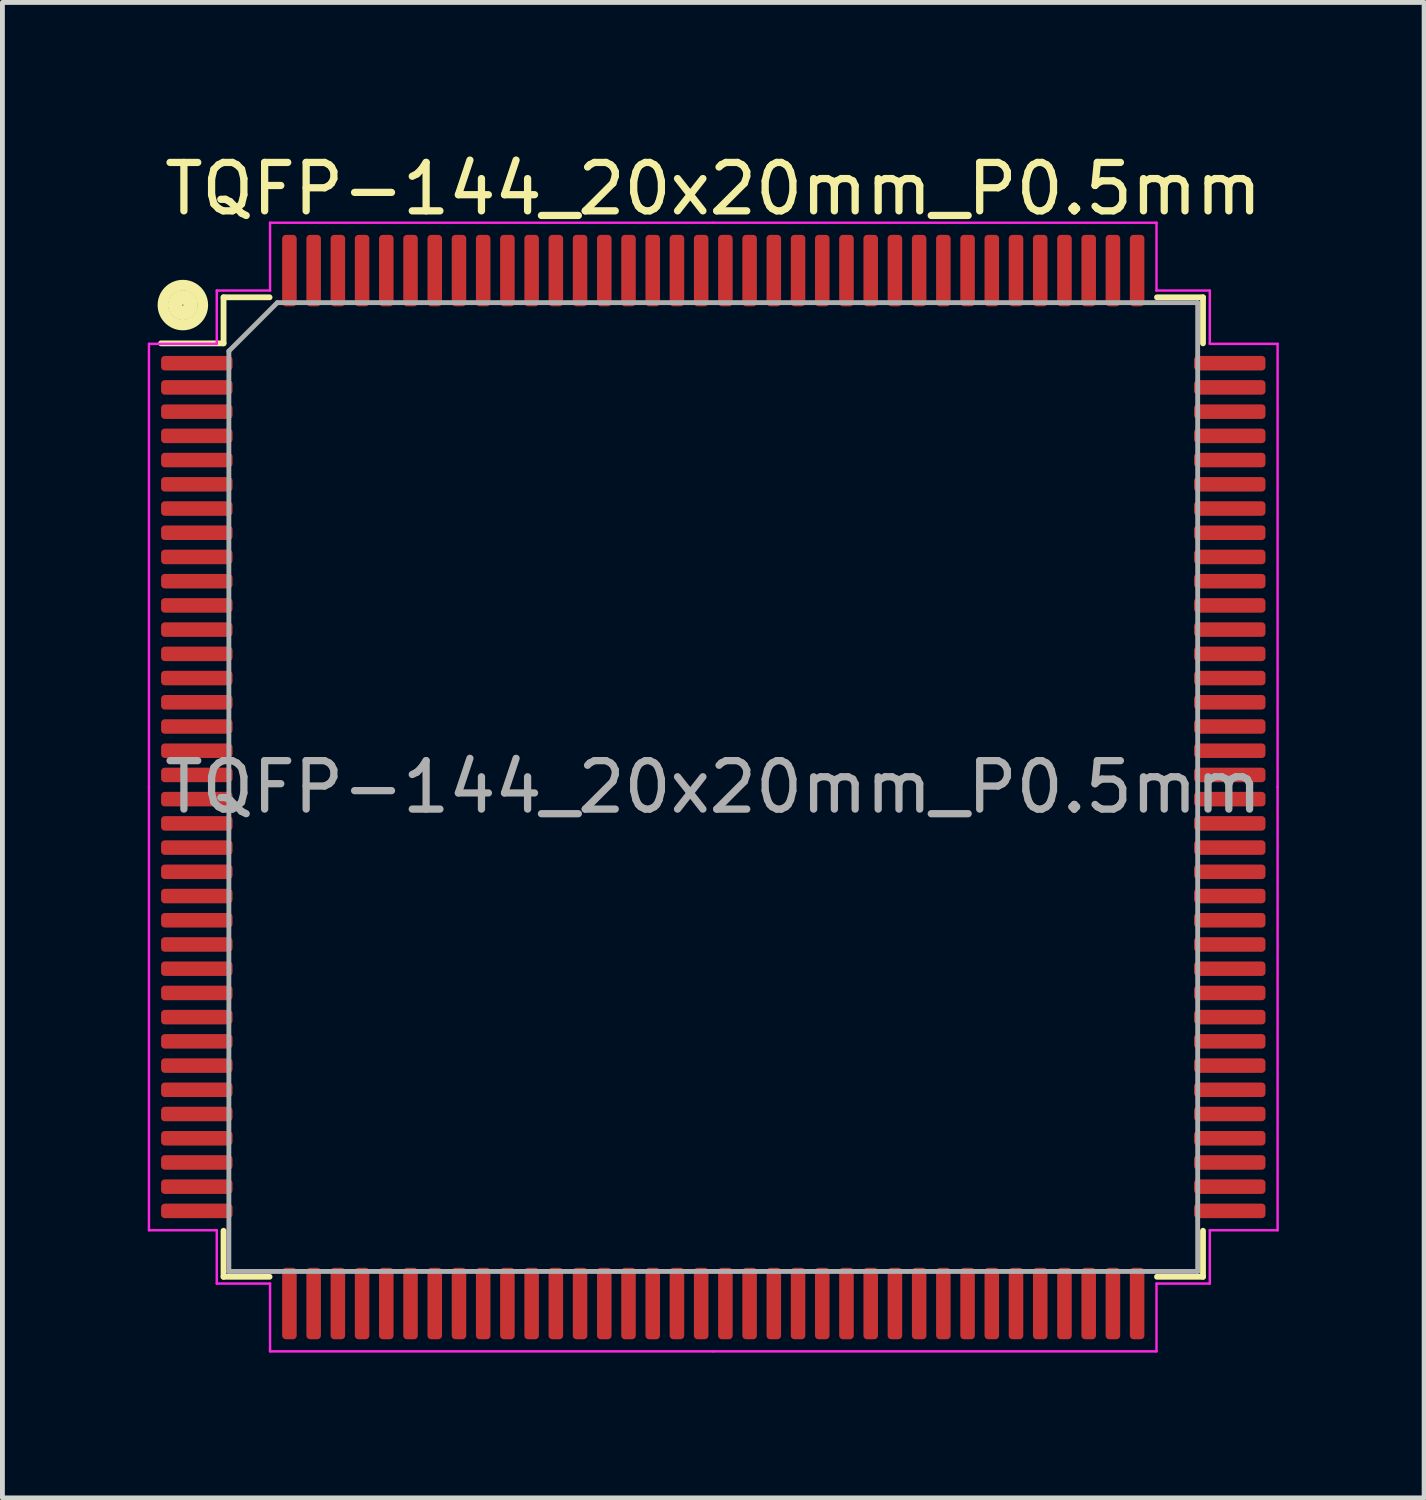
<source format=kicad_pcb>
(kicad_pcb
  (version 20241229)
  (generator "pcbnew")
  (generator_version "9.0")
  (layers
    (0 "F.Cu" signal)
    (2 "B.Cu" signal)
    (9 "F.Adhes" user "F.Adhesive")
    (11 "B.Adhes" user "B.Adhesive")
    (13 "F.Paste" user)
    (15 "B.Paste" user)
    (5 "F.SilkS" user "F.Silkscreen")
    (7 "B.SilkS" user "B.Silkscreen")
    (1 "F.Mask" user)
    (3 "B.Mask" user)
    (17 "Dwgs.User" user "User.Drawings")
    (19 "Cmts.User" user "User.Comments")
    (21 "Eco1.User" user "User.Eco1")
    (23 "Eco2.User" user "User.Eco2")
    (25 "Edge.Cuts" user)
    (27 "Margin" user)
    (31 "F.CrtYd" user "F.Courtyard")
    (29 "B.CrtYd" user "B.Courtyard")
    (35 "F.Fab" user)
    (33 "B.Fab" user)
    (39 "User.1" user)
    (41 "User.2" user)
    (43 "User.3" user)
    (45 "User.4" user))
  (footprint "TQFP-144_20x20mm_P0.5mm"
    (layer "F.Cu")
    (at 11.675 13.198)
    (property "Reference" "TQFP-144_20x20mm_P0.5mm" (at 0 -12.35 0) (layer "F.SilkS") (effects (font (size 1 1) (thickness 0.15))))
    (attr smd)
    (fp_line (start -10.11 -10.11) (end -10.11 -9.16) (stroke (width 0.12) (type solid)) (layer "F.SilkS"))
    (fp_line (start -10.11 -9.16) (end -11.4 -9.16) (stroke (width 0.12) (type solid)) (layer "F.SilkS"))
    (fp_line (start -10.11 10.11) (end -10.11 9.16) (stroke (width 0.12) (type solid)) (layer "F.SilkS"))
    (fp_line (start -9.16 -10.11) (end -10.11 -10.11) (stroke (width 0.12) (type solid)) (layer "F.SilkS"))
    (fp_line (start -9.16 10.11) (end -10.11 10.11) (stroke (width 0.12) (type solid)) (layer "F.SilkS"))
    (fp_line (start 9.16 -10.11) (end 10.11 -10.11) (stroke (width 0.12) (type solid)) (layer "F.SilkS"))
    (fp_line (start 9.16 10.11) (end 10.11 10.11) (stroke (width 0.12) (type solid)) (layer "F.SilkS"))
    (fp_line (start 10.11 -10.11) (end 10.11 -9.16) (stroke (width 0.12) (type solid)) (layer "F.SilkS"))
    (fp_line (start 10.11 10.11) (end 10.11 9.16) (stroke (width 0.12) (type solid)) (layer "F.SilkS"))
    (fp_circle (center -10.95 -9.95) (end -10.95 -10) (stroke (width 0.12) (type solid)) (fill no) (layer "F.SilkS"))
    (fp_circle (center -10.95 -9.95) (end -10.9 -10) (stroke (width 0.12) (type solid)) (fill no) (layer "F.SilkS"))
    (fp_circle (center -10.95 -9.95) (end -10.85 -10.1) (stroke (width 0.12) (type solid)) (fill no) (layer "F.SilkS"))
    (fp_circle (center -10.95 -9.95) (end -10.8 -10.15) (stroke (width 0.12) (type solid)) (fill no) (layer "F.SilkS"))
    (fp_circle (center -10.95 -9.95) (end -10.75 -10.25) (stroke (width 0.12) (type solid)) (fill no) (layer "F.SilkS"))
    (fp_circle (center -10.95 -9.95) (end -10.65 -10.3) (stroke (width 0.12) (type solid)) (fill no) (layer "F.SilkS"))
    (fp_line (start -11.65 -9.15) (end -11.65 0) (stroke (width 0.05) (type solid)) (layer "F.CrtYd"))
    (fp_line (start -11.65 9.15) (end -11.65 0) (stroke (width 0.05) (type solid)) (layer "F.CrtYd"))
    (fp_line (start -10.25 -10.25) (end -10.25 -9.15) (stroke (width 0.05) (type solid)) (layer "F.CrtYd"))
    (fp_line (start -10.25 -9.15) (end -11.65 -9.15) (stroke (width 0.05) (type solid)) (layer "F.CrtYd"))
    (fp_line (start -10.25 9.15) (end -11.65 9.15) (stroke (width 0.05) (type solid)) (layer "F.CrtYd"))
    (fp_line (start -10.25 10.25) (end -10.25 9.15) (stroke (width 0.05) (type solid)) (layer "F.CrtYd"))
    (fp_line (start -9.15 -11.65) (end -9.15 -10.25) (stroke (width 0.05) (type solid)) (layer "F.CrtYd"))
    (fp_line (start -9.15 -10.25) (end -10.25 -10.25) (stroke (width 0.05) (type solid)) (layer "F.CrtYd"))
    (fp_line (start -9.15 10.25) (end -10.25 10.25) (stroke (width 0.05) (type solid)) (layer "F.CrtYd"))
    (fp_line (start -9.15 11.65) (end -9.15 10.25) (stroke (width 0.05) (type solid)) (layer "F.CrtYd"))
    (fp_line (start 0 -11.65) (end -9.15 -11.65) (stroke (width 0.05) (type solid)) (layer "F.CrtYd"))
    (fp_line (start 0 -11.65) (end 9.15 -11.65) (stroke (width 0.05) (type solid)) (layer "F.CrtYd"))
    (fp_line (start 0 11.65) (end -9.15 11.65) (stroke (width 0.05) (type solid)) (layer "F.CrtYd"))
    (fp_line (start 0 11.65) (end 9.15 11.65) (stroke (width 0.05) (type solid)) (layer "F.CrtYd"))
    (fp_line (start 9.15 -11.65) (end 9.15 -10.25) (stroke (width 0.05) (type solid)) (layer "F.CrtYd"))
    (fp_line (start 9.15 -10.25) (end 10.25 -10.25) (stroke (width 0.05) (type solid)) (layer "F.CrtYd"))
    (fp_line (start 9.15 10.25) (end 10.25 10.25) (stroke (width 0.05) (type solid)) (layer "F.CrtYd"))
    (fp_line (start 9.15 11.65) (end 9.15 10.25) (stroke (width 0.05) (type solid)) (layer "F.CrtYd"))
    (fp_line (start 10.25 -10.25) (end 10.25 -9.15) (stroke (width 0.05) (type solid)) (layer "F.CrtYd"))
    (fp_line (start 10.25 -9.15) (end 11.65 -9.15) (stroke (width 0.05) (type solid)) (layer "F.CrtYd"))
    (fp_line (start 10.25 9.15) (end 11.65 9.15) (stroke (width 0.05) (type solid)) (layer "F.CrtYd"))
    (fp_line (start 10.25 10.25) (end 10.25 9.15) (stroke (width 0.05) (type solid)) (layer "F.CrtYd"))
    (fp_line (start 11.65 -9.15) (end 11.65 0) (stroke (width 0.05) (type solid)) (layer "F.CrtYd"))
    (fp_line (start 11.65 9.15) (end 11.65 0) (stroke (width 0.05) (type solid)) (layer "F.CrtYd"))
    (fp_line (start -10 -9) (end -9 -10) (stroke (width 0.1) (type solid)) (layer "F.Fab"))
    (fp_line (start -10 10) (end -10 -9) (stroke (width 0.1) (type solid)) (layer "F.Fab"))
    (fp_line (start -9 -10) (end 10 -10) (stroke (width 0.1) (type solid)) (layer "F.Fab"))
    (fp_line (start 10 -10) (end 10 10) (stroke (width 0.1) (type solid)) (layer "F.Fab"))
    (fp_line (start 10 10) (end -10 10) (stroke (width 0.1) (type solid)) (layer "F.Fab"))
    (fp_text user "${REFERENCE}" (at 0 0 0) (layer "F.Fab") (effects (font (size 1 1) (thickness 0.15))))
    (pad "1" smd roundrect (at -10.662 -8.75) (size 1.475 0.3) (layers "F.Cu" "F.Mask" "F.Paste") (roundrect_rratio 0.25))
    (pad "2" smd roundrect (at -10.662 -8.25) (size 1.475 0.3) (layers "F.Cu" "F.Mask" "F.Paste") (roundrect_rratio 0.25))
    (pad "3" smd roundrect (at -10.662 -7.75) (size 1.475 0.3) (layers "F.Cu" "F.Mask" "F.Paste") (roundrect_rratio 0.25))
    (pad "4" smd roundrect (at -10.662 -7.25) (size 1.475 0.3) (layers "F.Cu" "F.Mask" "F.Paste") (roundrect_rratio 0.25))
    (pad "5" smd roundrect (at -10.662 -6.75) (size 1.475 0.3) (layers "F.Cu" "F.Mask" "F.Paste") (roundrect_rratio 0.25))
    (pad "6" smd roundrect (at -10.662 -6.25) (size 1.475 0.3) (layers "F.Cu" "F.Mask" "F.Paste") (roundrect_rratio 0.25))
    (pad "7" smd roundrect (at -10.662 -5.75) (size 1.475 0.3) (layers "F.Cu" "F.Mask" "F.Paste") (roundrect_rratio 0.25))
    (pad "8" smd roundrect (at -10.662 -5.25) (size 1.475 0.3) (layers "F.Cu" "F.Mask" "F.Paste") (roundrect_rratio 0.25))
    (pad "9" smd roundrect (at -10.662 -4.75) (size 1.475 0.3) (layers "F.Cu" "F.Mask" "F.Paste") (roundrect_rratio 0.25))
    (pad "10" smd roundrect (at -10.662 -4.25) (size 1.475 0.3) (layers "F.Cu" "F.Mask" "F.Paste") (roundrect_rratio 0.25))
    (pad "11" smd roundrect (at -10.662 -3.75) (size 1.475 0.3) (layers "F.Cu" "F.Mask" "F.Paste") (roundrect_rratio 0.25))
    (pad "12" smd roundrect (at -10.662 -3.25) (size 1.475 0.3) (layers "F.Cu" "F.Mask" "F.Paste") (roundrect_rratio 0.25))
    (pad "13" smd roundrect (at -10.662 -2.75) (size 1.475 0.3) (layers "F.Cu" "F.Mask" "F.Paste") (roundrect_rratio 0.25))
    (pad "14" smd roundrect (at -10.662 -2.25) (size 1.475 0.3) (layers "F.Cu" "F.Mask" "F.Paste") (roundrect_rratio 0.25))
    (pad "15" smd roundrect (at -10.662 -1.75) (size 1.475 0.3) (layers "F.Cu" "F.Mask" "F.Paste") (roundrect_rratio 0.25))
    (pad "16" smd roundrect (at -10.662 -1.25) (size 1.475 0.3) (layers "F.Cu" "F.Mask" "F.Paste") (roundrect_rratio 0.25))
    (pad "17" smd roundrect (at -10.662 -0.75) (size 1.475 0.3) (layers "F.Cu" "F.Mask" "F.Paste") (roundrect_rratio 0.25))
    (pad "18" smd roundrect (at -10.662 -0.25) (size 1.475 0.3) (layers "F.Cu" "F.Mask" "F.Paste") (roundrect_rratio 0.25))
    (pad "19" smd roundrect (at -10.662 0.25) (size 1.475 0.3) (layers "F.Cu" "F.Mask" "F.Paste") (roundrect_rratio 0.25))
    (pad "20" smd roundrect (at -10.662 0.75) (size 1.475 0.3) (layers "F.Cu" "F.Mask" "F.Paste") (roundrect_rratio 0.25))
    (pad "21" smd roundrect (at -10.662 1.25) (size 1.475 0.3) (layers "F.Cu" "F.Mask" "F.Paste") (roundrect_rratio 0.25))
    (pad "22" smd roundrect (at -10.662 1.75) (size 1.475 0.3) (layers "F.Cu" "F.Mask" "F.Paste") (roundrect_rratio 0.25))
    (pad "23" smd roundrect (at -10.662 2.25) (size 1.475 0.3) (layers "F.Cu" "F.Mask" "F.Paste") (roundrect_rratio 0.25))
    (pad "24" smd roundrect (at -10.662 2.75) (size 1.475 0.3) (layers "F.Cu" "F.Mask" "F.Paste") (roundrect_rratio 0.25))
    (pad "25" smd roundrect (at -10.662 3.25) (size 1.475 0.3) (layers "F.Cu" "F.Mask" "F.Paste") (roundrect_rratio 0.25))
    (pad "26" smd roundrect (at -10.662 3.75) (size 1.475 0.3) (layers "F.Cu" "F.Mask" "F.Paste") (roundrect_rratio 0.25))
    (pad "27" smd roundrect (at -10.662 4.25) (size 1.475 0.3) (layers "F.Cu" "F.Mask" "F.Paste") (roundrect_rratio 0.25))
    (pad "28" smd roundrect (at -10.662 4.75) (size 1.475 0.3) (layers "F.Cu" "F.Mask" "F.Paste") (roundrect_rratio 0.25))
    (pad "29" smd roundrect (at -10.662 5.25) (size 1.475 0.3) (layers "F.Cu" "F.Mask" "F.Paste") (roundrect_rratio 0.25))
    (pad "30" smd roundrect (at -10.662 5.75) (size 1.475 0.3) (layers "F.Cu" "F.Mask" "F.Paste") (roundrect_rratio 0.25))
    (pad "31" smd roundrect (at -10.662 6.25) (size 1.475 0.3) (layers "F.Cu" "F.Mask" "F.Paste") (roundrect_rratio 0.25))
    (pad "32" smd roundrect (at -10.662 6.75) (size 1.475 0.3) (layers "F.Cu" "F.Mask" "F.Paste") (roundrect_rratio 0.25))
    (pad "33" smd roundrect (at -10.662 7.25) (size 1.475 0.3) (layers "F.Cu" "F.Mask" "F.Paste") (roundrect_rratio 0.25))
    (pad "34" smd roundrect (at -10.662 7.75) (size 1.475 0.3) (layers "F.Cu" "F.Mask" "F.Paste") (roundrect_rratio 0.25))
    (pad "35" smd roundrect (at -10.662 8.25) (size 1.475 0.3) (layers "F.Cu" "F.Mask" "F.Paste") (roundrect_rratio 0.25))
    (pad "36" smd roundrect (at -10.662 8.75) (size 1.475 0.3) (layers "F.Cu" "F.Mask" "F.Paste") (roundrect_rratio 0.25))
    (pad "37" smd roundrect (at -8.75 10.662) (size 0.3 1.475) (layers "F.Cu" "F.Mask" "F.Paste") (roundrect_rratio 0.25))
    (pad "38" smd roundrect (at -8.25 10.662) (size 0.3 1.475) (layers "F.Cu" "F.Mask" "F.Paste") (roundrect_rratio 0.25))
    (pad "39" smd roundrect (at -7.75 10.662) (size 0.3 1.475) (layers "F.Cu" "F.Mask" "F.Paste") (roundrect_rratio 0.25))
    (pad "40" smd roundrect (at -7.25 10.662) (size 0.3 1.475) (layers "F.Cu" "F.Mask" "F.Paste") (roundrect_rratio 0.25))
    (pad "41" smd roundrect (at -6.75 10.662) (size 0.3 1.475) (layers "F.Cu" "F.Mask" "F.Paste") (roundrect_rratio 0.25))
    (pad "42" smd roundrect (at -6.25 10.662) (size 0.3 1.475) (layers "F.Cu" "F.Mask" "F.Paste") (roundrect_rratio 0.25))
    (pad "43" smd roundrect (at -5.75 10.662) (size 0.3 1.475) (layers "F.Cu" "F.Mask" "F.Paste") (roundrect_rratio 0.25))
    (pad "44" smd roundrect (at -5.25 10.662) (size 0.3 1.475) (layers "F.Cu" "F.Mask" "F.Paste") (roundrect_rratio 0.25))
    (pad "45" smd roundrect (at -4.75 10.662) (size 0.3 1.475) (layers "F.Cu" "F.Mask" "F.Paste") (roundrect_rratio 0.25))
    (pad "46" smd roundrect (at -4.25 10.662) (size 0.3 1.475) (layers "F.Cu" "F.Mask" "F.Paste") (roundrect_rratio 0.25))
    (pad "47" smd roundrect (at -3.75 10.662) (size 0.3 1.475) (layers "F.Cu" "F.Mask" "F.Paste") (roundrect_rratio 0.25))
    (pad "48" smd roundrect (at -3.25 10.662) (size 0.3 1.475) (layers "F.Cu" "F.Mask" "F.Paste") (roundrect_rratio 0.25))
    (pad "49" smd roundrect (at -2.75 10.662) (size 0.3 1.475) (layers "F.Cu" "F.Mask" "F.Paste") (roundrect_rratio 0.25))
    (pad "50" smd roundrect (at -2.25 10.662) (size 0.3 1.475) (layers "F.Cu" "F.Mask" "F.Paste") (roundrect_rratio 0.25))
    (pad "51" smd roundrect (at -1.75 10.662) (size 0.3 1.475) (layers "F.Cu" "F.Mask" "F.Paste") (roundrect_rratio 0.25))
    (pad "52" smd roundrect (at -1.25 10.662) (size 0.3 1.475) (layers "F.Cu" "F.Mask" "F.Paste") (roundrect_rratio 0.25))
    (pad "53" smd roundrect (at -0.75 10.662) (size 0.3 1.475) (layers "F.Cu" "F.Mask" "F.Paste") (roundrect_rratio 0.25))
    (pad "54" smd roundrect (at -0.25 10.662) (size 0.3 1.475) (layers "F.Cu" "F.Mask" "F.Paste") (roundrect_rratio 0.25))
    (pad "55" smd roundrect (at 0.25 10.662) (size 0.3 1.475) (layers "F.Cu" "F.Mask" "F.Paste") (roundrect_rratio 0.25))
    (pad "56" smd roundrect (at 0.75 10.662) (size 0.3 1.475) (layers "F.Cu" "F.Mask" "F.Paste") (roundrect_rratio 0.25))
    (pad "57" smd roundrect (at 1.25 10.662) (size 0.3 1.475) (layers "F.Cu" "F.Mask" "F.Paste") (roundrect_rratio 0.25))
    (pad "58" smd roundrect (at 1.75 10.662) (size 0.3 1.475) (layers "F.Cu" "F.Mask" "F.Paste") (roundrect_rratio 0.25))
    (pad "59" smd roundrect (at 2.25 10.662) (size 0.3 1.475) (layers "F.Cu" "F.Mask" "F.Paste") (roundrect_rratio 0.25))
    (pad "60" smd roundrect (at 2.75 10.662) (size 0.3 1.475) (layers "F.Cu" "F.Mask" "F.Paste") (roundrect_rratio 0.25))
    (pad "61" smd roundrect (at 3.25 10.662) (size 0.3 1.475) (layers "F.Cu" "F.Mask" "F.Paste") (roundrect_rratio 0.25))
    (pad "62" smd roundrect (at 3.75 10.662) (size 0.3 1.475) (layers "F.Cu" "F.Mask" "F.Paste") (roundrect_rratio 0.25))
    (pad "63" smd roundrect (at 4.25 10.662) (size 0.3 1.475) (layers "F.Cu" "F.Mask" "F.Paste") (roundrect_rratio 0.25))
    (pad "64" smd roundrect (at 4.75 10.662) (size 0.3 1.475) (layers "F.Cu" "F.Mask" "F.Paste") (roundrect_rratio 0.25))
    (pad "65" smd roundrect (at 5.25 10.662) (size 0.3 1.475) (layers "F.Cu" "F.Mask" "F.Paste") (roundrect_rratio 0.25))
    (pad "66" smd roundrect (at 5.75 10.662) (size 0.3 1.475) (layers "F.Cu" "F.Mask" "F.Paste") (roundrect_rratio 0.25))
    (pad "67" smd roundrect (at 6.25 10.662) (size 0.3 1.475) (layers "F.Cu" "F.Mask" "F.Paste") (roundrect_rratio 0.25))
    (pad "68" smd roundrect (at 6.75 10.662) (size 0.3 1.475) (layers "F.Cu" "F.Mask" "F.Paste") (roundrect_rratio 0.25))
    (pad "69" smd roundrect (at 7.25 10.662) (size 0.3 1.475) (layers "F.Cu" "F.Mask" "F.Paste") (roundrect_rratio 0.25))
    (pad "70" smd roundrect (at 7.75 10.662) (size 0.3 1.475) (layers "F.Cu" "F.Mask" "F.Paste") (roundrect_rratio 0.25))
    (pad "71" smd roundrect (at 8.25 10.662) (size 0.3 1.475) (layers "F.Cu" "F.Mask" "F.Paste") (roundrect_rratio 0.25))
    (pad "72" smd roundrect (at 8.75 10.662) (size 0.3 1.475) (layers "F.Cu" "F.Mask" "F.Paste") (roundrect_rratio 0.25))
    (pad "73" smd roundrect (at 10.662 8.75) (size 1.475 0.3) (layers "F.Cu" "F.Mask" "F.Paste") (roundrect_rratio 0.25))
    (pad "74" smd roundrect (at 10.662 8.25) (size 1.475 0.3) (layers "F.Cu" "F.Mask" "F.Paste") (roundrect_rratio 0.25))
    (pad "75" smd roundrect (at 10.662 7.75) (size 1.475 0.3) (layers "F.Cu" "F.Mask" "F.Paste") (roundrect_rratio 0.25))
    (pad "76" smd roundrect (at 10.662 7.25) (size 1.475 0.3) (layers "F.Cu" "F.Mask" "F.Paste") (roundrect_rratio 0.25))
    (pad "77" smd roundrect (at 10.662 6.75) (size 1.475 0.3) (layers "F.Cu" "F.Mask" "F.Paste") (roundrect_rratio 0.25))
    (pad "78" smd roundrect (at 10.662 6.25) (size 1.475 0.3) (layers "F.Cu" "F.Mask" "F.Paste") (roundrect_rratio 0.25))
    (pad "79" smd roundrect (at 10.662 5.75) (size 1.475 0.3) (layers "F.Cu" "F.Mask" "F.Paste") (roundrect_rratio 0.25))
    (pad "80" smd roundrect (at 10.662 5.25) (size 1.475 0.3) (layers "F.Cu" "F.Mask" "F.Paste") (roundrect_rratio 0.25))
    (pad "81" smd roundrect (at 10.662 4.75) (size 1.475 0.3) (layers "F.Cu" "F.Mask" "F.Paste") (roundrect_rratio 0.25))
    (pad "82" smd roundrect (at 10.662 4.25) (size 1.475 0.3) (layers "F.Cu" "F.Mask" "F.Paste") (roundrect_rratio 0.25))
    (pad "83" smd roundrect (at 10.662 3.75) (size 1.475 0.3) (layers "F.Cu" "F.Mask" "F.Paste") (roundrect_rratio 0.25))
    (pad "84" smd roundrect (at 10.662 3.25) (size 1.475 0.3) (layers "F.Cu" "F.Mask" "F.Paste") (roundrect_rratio 0.25))
    (pad "85" smd roundrect (at 10.662 2.75) (size 1.475 0.3) (layers "F.Cu" "F.Mask" "F.Paste") (roundrect_rratio 0.25))
    (pad "86" smd roundrect (at 10.662 2.25) (size 1.475 0.3) (layers "F.Cu" "F.Mask" "F.Paste") (roundrect_rratio 0.25))
    (pad "87" smd roundrect (at 10.662 1.75) (size 1.475 0.3) (layers "F.Cu" "F.Mask" "F.Paste") (roundrect_rratio 0.25))
    (pad "88" smd roundrect (at 10.662 1.25) (size 1.475 0.3) (layers "F.Cu" "F.Mask" "F.Paste") (roundrect_rratio 0.25))
    (pad "89" smd roundrect (at 10.662 0.75) (size 1.475 0.3) (layers "F.Cu" "F.Mask" "F.Paste") (roundrect_rratio 0.25))
    (pad "90" smd roundrect (at 10.662 0.25) (size 1.475 0.3) (layers "F.Cu" "F.Mask" "F.Paste") (roundrect_rratio 0.25))
    (pad "91" smd roundrect (at 10.662 -0.25) (size 1.475 0.3) (layers "F.Cu" "F.Mask" "F.Paste") (roundrect_rratio 0.25))
    (pad "92" smd roundrect (at 10.662 -0.75) (size 1.475 0.3) (layers "F.Cu" "F.Mask" "F.Paste") (roundrect_rratio 0.25))
    (pad "93" smd roundrect (at 10.662 -1.25) (size 1.475 0.3) (layers "F.Cu" "F.Mask" "F.Paste") (roundrect_rratio 0.25))
    (pad "94" smd roundrect (at 10.662 -1.75) (size 1.475 0.3) (layers "F.Cu" "F.Mask" "F.Paste") (roundrect_rratio 0.25))
    (pad "95" smd roundrect (at 10.662 -2.25) (size 1.475 0.3) (layers "F.Cu" "F.Mask" "F.Paste") (roundrect_rratio 0.25))
    (pad "96" smd roundrect (at 10.662 -2.75) (size 1.475 0.3) (layers "F.Cu" "F.Mask" "F.Paste") (roundrect_rratio 0.25))
    (pad "97" smd roundrect (at 10.662 -3.25) (size 1.475 0.3) (layers "F.Cu" "F.Mask" "F.Paste") (roundrect_rratio 0.25))
    (pad "98" smd roundrect (at 10.662 -3.75) (size 1.475 0.3) (layers "F.Cu" "F.Mask" "F.Paste") (roundrect_rratio 0.25))
    (pad "99" smd roundrect (at 10.662 -4.25) (size 1.475 0.3) (layers "F.Cu" "F.Mask" "F.Paste") (roundrect_rratio 0.25))
    (pad "100" smd roundrect (at 10.662 -4.75) (size 1.475 0.3) (layers "F.Cu" "F.Mask" "F.Paste") (roundrect_rratio 0.25))
    (pad "101" smd roundrect (at 10.662 -5.25) (size 1.475 0.3) (layers "F.Cu" "F.Mask" "F.Paste") (roundrect_rratio 0.25))
    (pad "102" smd roundrect (at 10.662 -5.75) (size 1.475 0.3) (layers "F.Cu" "F.Mask" "F.Paste") (roundrect_rratio 0.25))
    (pad "103" smd roundrect (at 10.662 -6.25) (size 1.475 0.3) (layers "F.Cu" "F.Mask" "F.Paste") (roundrect_rratio 0.25))
    (pad "104" smd roundrect (at 10.662 -6.75) (size 1.475 0.3) (layers "F.Cu" "F.Mask" "F.Paste") (roundrect_rratio 0.25))
    (pad "105" smd roundrect (at 10.662 -7.25) (size 1.475 0.3) (layers "F.Cu" "F.Mask" "F.Paste") (roundrect_rratio 0.25))
    (pad "106" smd roundrect (at 10.662 -7.75) (size 1.475 0.3) (layers "F.Cu" "F.Mask" "F.Paste") (roundrect_rratio 0.25))
    (pad "107" smd roundrect (at 10.662 -8.25) (size 1.475 0.3) (layers "F.Cu" "F.Mask" "F.Paste") (roundrect_rratio 0.25))
    (pad "108" smd roundrect (at 10.662 -8.75) (size 1.475 0.3) (layers "F.Cu" "F.Mask" "F.Paste") (roundrect_rratio 0.25))
    (pad "109" smd roundrect (at 8.75 -10.662) (size 0.3 1.475) (layers "F.Cu" "F.Mask" "F.Paste") (roundrect_rratio 0.25))
    (pad "110" smd roundrect (at 8.25 -10.662) (size 0.3 1.475) (layers "F.Cu" "F.Mask" "F.Paste") (roundrect_rratio 0.25))
    (pad "111" smd roundrect (at 7.75 -10.662) (size 0.3 1.475) (layers "F.Cu" "F.Mask" "F.Paste") (roundrect_rratio 0.25))
    (pad "112" smd roundrect (at 7.25 -10.662) (size 0.3 1.475) (layers "F.Cu" "F.Mask" "F.Paste") (roundrect_rratio 0.25))
    (pad "113" smd roundrect (at 6.75 -10.662) (size 0.3 1.475) (layers "F.Cu" "F.Mask" "F.Paste") (roundrect_rratio 0.25))
    (pad "114" smd roundrect (at 6.25 -10.662) (size 0.3 1.475) (layers "F.Cu" "F.Mask" "F.Paste") (roundrect_rratio 0.25))
    (pad "115" smd roundrect (at 5.75 -10.662) (size 0.3 1.475) (layers "F.Cu" "F.Mask" "F.Paste") (roundrect_rratio 0.25))
    (pad "116" smd roundrect (at 5.25 -10.662) (size 0.3 1.475) (layers "F.Cu" "F.Mask" "F.Paste") (roundrect_rratio 0.25))
    (pad "117" smd roundrect (at 4.75 -10.662) (size 0.3 1.475) (layers "F.Cu" "F.Mask" "F.Paste") (roundrect_rratio 0.25))
    (pad "118" smd roundrect (at 4.25 -10.662) (size 0.3 1.475) (layers "F.Cu" "F.Mask" "F.Paste") (roundrect_rratio 0.25))
    (pad "119" smd roundrect (at 3.75 -10.662) (size 0.3 1.475) (layers "F.Cu" "F.Mask" "F.Paste") (roundrect_rratio 0.25))
    (pad "120" smd roundrect (at 3.25 -10.662) (size 0.3 1.475) (layers "F.Cu" "F.Mask" "F.Paste") (roundrect_rratio 0.25))
    (pad "121" smd roundrect (at 2.75 -10.662) (size 0.3 1.475) (layers "F.Cu" "F.Mask" "F.Paste") (roundrect_rratio 0.25))
    (pad "122" smd roundrect (at 2.25 -10.662) (size 0.3 1.475) (layers "F.Cu" "F.Mask" "F.Paste") (roundrect_rratio 0.25))
    (pad "123" smd roundrect (at 1.75 -10.662) (size 0.3 1.475) (layers "F.Cu" "F.Mask" "F.Paste") (roundrect_rratio 0.25))
    (pad "124" smd roundrect (at 1.25 -10.662) (size 0.3 1.475) (layers "F.Cu" "F.Mask" "F.Paste") (roundrect_rratio 0.25))
    (pad "125" smd roundrect (at 0.75 -10.662) (size 0.3 1.475) (layers "F.Cu" "F.Mask" "F.Paste") (roundrect_rratio 0.25))
    (pad "126" smd roundrect (at 0.25 -10.662) (size 0.3 1.475) (layers "F.Cu" "F.Mask" "F.Paste") (roundrect_rratio 0.25))
    (pad "127" smd roundrect (at -0.25 -10.662) (size 0.3 1.475) (layers "F.Cu" "F.Mask" "F.Paste") (roundrect_rratio 0.25))
    (pad "128" smd roundrect (at -0.75 -10.662) (size 0.3 1.475) (layers "F.Cu" "F.Mask" "F.Paste") (roundrect_rratio 0.25))
    (pad "129" smd roundrect (at -1.25 -10.662) (size 0.3 1.475) (layers "F.Cu" "F.Mask" "F.Paste") (roundrect_rratio 0.25))
    (pad "130" smd roundrect (at -1.75 -10.662) (size 0.3 1.475) (layers "F.Cu" "F.Mask" "F.Paste") (roundrect_rratio 0.25))
    (pad "131" smd roundrect (at -2.25 -10.662) (size 0.3 1.475) (layers "F.Cu" "F.Mask" "F.Paste") (roundrect_rratio 0.25))
    (pad "132" smd roundrect (at -2.75 -10.662) (size 0.3 1.475) (layers "F.Cu" "F.Mask" "F.Paste") (roundrect_rratio 0.25))
    (pad "133" smd roundrect (at -3.25 -10.662) (size 0.3 1.475) (layers "F.Cu" "F.Mask" "F.Paste") (roundrect_rratio 0.25))
    (pad "134" smd roundrect (at -3.75 -10.662) (size 0.3 1.475) (layers "F.Cu" "F.Mask" "F.Paste") (roundrect_rratio 0.25))
    (pad "135" smd roundrect (at -4.25 -10.662) (size 0.3 1.475) (layers "F.Cu" "F.Mask" "F.Paste") (roundrect_rratio 0.25))
    (pad "136" smd roundrect (at -4.75 -10.662) (size 0.3 1.475) (layers "F.Cu" "F.Mask" "F.Paste") (roundrect_rratio 0.25))
    (pad "137" smd roundrect (at -5.25 -10.662) (size 0.3 1.475) (layers "F.Cu" "F.Mask" "F.Paste") (roundrect_rratio 0.25))
    (pad "138" smd roundrect (at -5.75 -10.662) (size 0.3 1.475) (layers "F.Cu" "F.Mask" "F.Paste") (roundrect_rratio 0.25))
    (pad "139" smd roundrect (at -6.25 -10.662) (size 0.3 1.475) (layers "F.Cu" "F.Mask" "F.Paste") (roundrect_rratio 0.25))
    (pad "140" smd roundrect (at -6.75 -10.662) (size 0.3 1.475) (layers "F.Cu" "F.Mask" "F.Paste") (roundrect_rratio 0.25))
    (pad "141" smd roundrect (at -7.25 -10.662) (size 0.3 1.475) (layers "F.Cu" "F.Mask" "F.Paste") (roundrect_rratio 0.25))
    (pad "142" smd roundrect (at -7.75 -10.662) (size 0.3 1.475) (layers "F.Cu" "F.Mask" "F.Paste") (roundrect_rratio 0.25))
    (pad "143" smd roundrect (at -8.25 -10.662) (size 0.3 1.475) (layers "F.Cu" "F.Mask" "F.Paste") (roundrect_rratio 0.25))
    (pad "144" smd roundrect (at -8.75 -10.662) (size 0.3 1.475) (layers "F.Cu" "F.Mask" "F.Paste") (roundrect_rratio 0.25)))
  (gr_rect
    (start -3 -3)
    (end 26.35 27.873)
    (stroke (width 0.1) (type default))
    (fill no)
    (layer "Edge.Cuts")))
</source>
